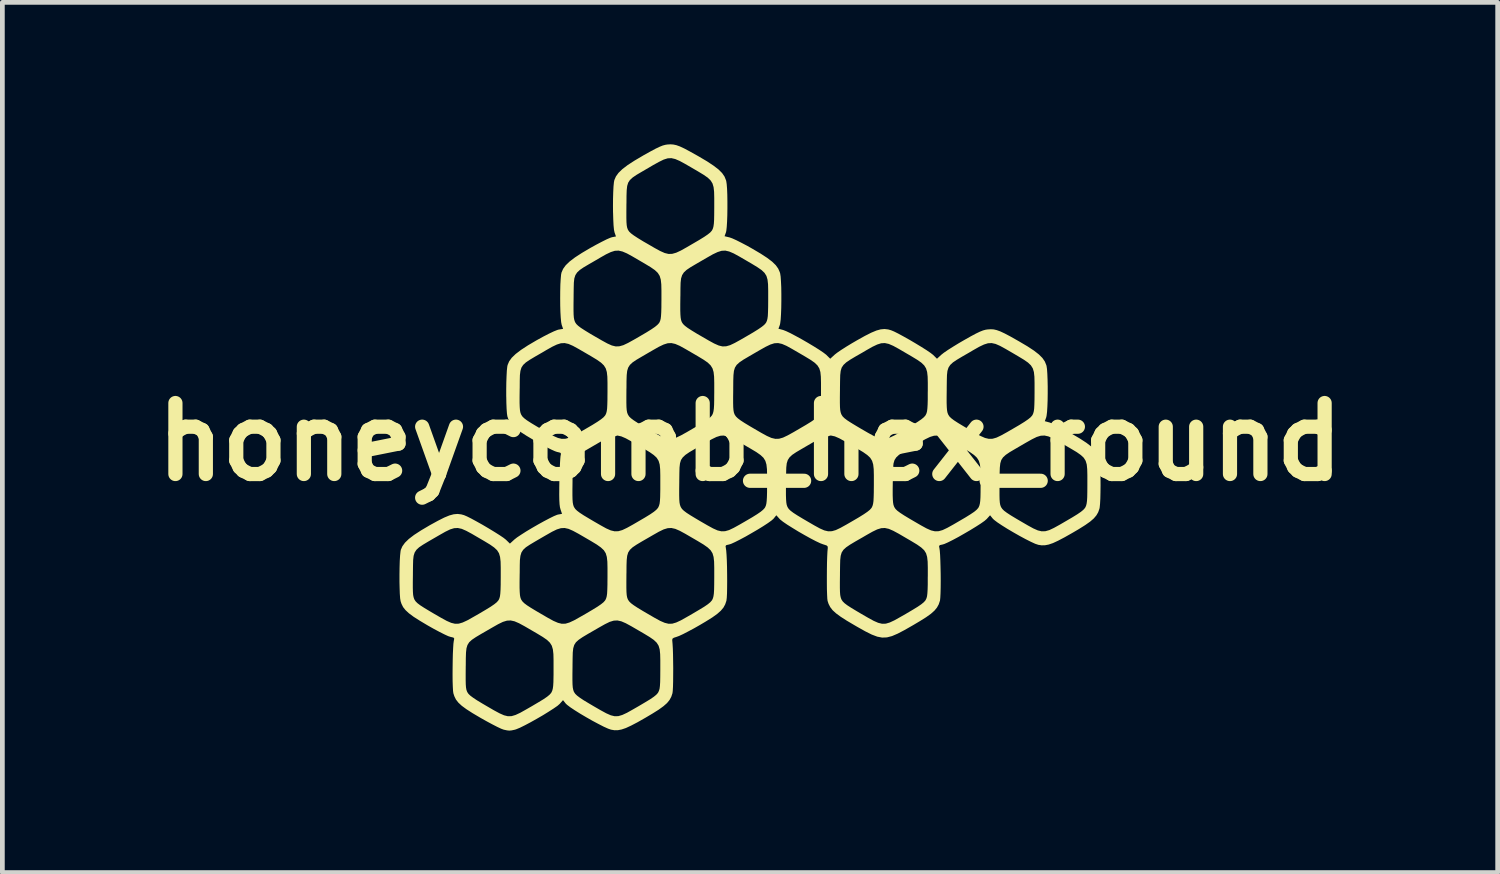
<source format=kicad_pcb>
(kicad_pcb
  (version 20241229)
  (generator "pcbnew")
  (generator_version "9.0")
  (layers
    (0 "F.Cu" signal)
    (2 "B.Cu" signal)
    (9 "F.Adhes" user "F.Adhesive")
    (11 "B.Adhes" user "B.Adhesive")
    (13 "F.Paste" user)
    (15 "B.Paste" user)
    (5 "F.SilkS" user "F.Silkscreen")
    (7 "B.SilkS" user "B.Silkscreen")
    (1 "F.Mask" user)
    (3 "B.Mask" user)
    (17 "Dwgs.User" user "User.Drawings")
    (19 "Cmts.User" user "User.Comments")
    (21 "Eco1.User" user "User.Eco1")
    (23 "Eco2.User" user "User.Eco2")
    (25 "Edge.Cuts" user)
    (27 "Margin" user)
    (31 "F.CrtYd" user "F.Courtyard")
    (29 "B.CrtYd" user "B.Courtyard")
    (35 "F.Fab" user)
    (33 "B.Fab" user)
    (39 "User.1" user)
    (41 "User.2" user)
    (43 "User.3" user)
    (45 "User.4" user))
  (footprint "honeycomb_hex_round"
    (layer "F.Cu")
    (at 12.8 6.289)
    (property "Reference" "honeycomb_hex_round" (at 0 0 0) (layer "F.SilkS") (effects (font (size 1.5 1.5) (thickness 0.3))))
    (attr board_only exclude_from_pos_files exclude_from_bom)
    (fp_poly (pts (xy -1.621 -6.285) (xy -1.556 -6.271) (xy -1.481 -6.244) (xy -1.389 -6.201) (xy -1.273 -6.139) (xy -1.126 -6.057) (xy -1.082 -6.032) (xy -0.906 -5.928) (xy -0.769 -5.837) (xy -0.665 -5.757) (xy -0.59 -5.682) (xy -0.539 -5.608) (xy -0.508 -5.531) (xy -0.503 -5.515) (xy -0.493 -5.449) (xy -0.485 -5.348) (xy -0.48 -5.223) (xy -0.478 -5.081) (xy -0.478 -4.933) (xy -0.48 -4.787) (xy -0.485 -4.654) (xy -0.492 -4.543) (xy -0.501 -4.462) (xy -0.508 -4.43) (xy -0.538 -4.347) (xy -0.43 -4.321) (xy -0.374 -4.301) (xy -0.288 -4.262) (xy -0.179 -4.207) (xy -0.057 -4.143) (xy 0.049 -4.083) (xy 0.225 -3.979) (xy 0.363 -3.889) (xy 0.468 -3.809) (xy 0.544 -3.735) (xy 0.596 -3.662) (xy 0.629 -3.587) (xy 0.637 -3.561) (xy 0.647 -3.495) (xy 0.654 -3.394) (xy 0.66 -3.268) (xy 0.662 -3.126) (xy 0.662 -2.978) (xy 0.66 -2.832) (xy 0.655 -2.699) (xy 0.648 -2.587) (xy 0.638 -2.507) (xy 0.631 -2.475) (xy 0.601 -2.392) (xy 0.701 -2.365) (xy 0.763 -2.341) (xy 0.854 -2.298) (xy 0.967 -2.238) (xy 1.093 -2.169) (xy 1.223 -2.094) (xy 1.348 -2.019) (xy 1.46 -1.949) (xy 1.55 -1.888) (xy 1.609 -1.843) (xy 1.615 -1.837) (xy 1.695 -1.758) (xy 1.79 -1.845) (xy 1.841 -1.885) (xy 1.924 -1.942) (xy 2.03 -2.01) (xy 2.152 -2.084) (xy 2.262 -2.148) (xy 2.427 -2.24) (xy 2.561 -2.308) (xy 2.671 -2.354) (xy 2.762 -2.379) (xy 2.843 -2.386) (xy 2.92 -2.377) (xy 2.98 -2.36) (xy 3.043 -2.334) (xy 3.135 -2.288) (xy 3.247 -2.227) (xy 3.372 -2.157) (xy 3.499 -2.082) (xy 3.621 -2.008) (xy 3.729 -1.94) (xy 3.814 -1.882) (xy 3.867 -1.841) (xy 3.871 -1.837) (xy 3.951 -1.758) (xy 4.046 -1.845) (xy 4.097 -1.885) (xy 4.18 -1.942) (xy 4.287 -2.01) (xy 4.408 -2.084) (xy 4.518 -2.148) (xy 4.661 -2.229) (xy 4.771 -2.288) (xy 4.856 -2.329) (xy 4.924 -2.356) (xy 4.98 -2.371) (xy 5.021 -2.377) (xy 5.086 -2.381) (xy 5.148 -2.378) (xy 5.213 -2.363) (xy 5.288 -2.336) (xy 5.38 -2.293) (xy 5.496 -2.232) (xy 5.643 -2.149) (xy 5.687 -2.124) (xy 5.863 -2.02) (xy 6 -1.93) (xy 6.104 -1.849) (xy 6.179 -1.774) (xy 6.23 -1.7) (xy 6.261 -1.624) (xy 6.266 -1.607) (xy 6.276 -1.541) (xy 6.283 -1.44) (xy 6.288 -1.314) (xy 6.291 -1.172) (xy 6.291 -1.024) (xy 6.289 -0.878) (xy 6.284 -0.745) (xy 6.277 -0.634) (xy 6.267 -0.553) (xy 6.26 -0.521) (xy 6.23 -0.438) (xy 6.33 -0.411) (xy 6.383 -0.391) (xy 6.467 -0.351) (xy 6.574 -0.297) (xy 6.694 -0.232) (xy 6.797 -0.174) (xy 6.973 -0.07) (xy 7.111 0.02) (xy 7.216 0.101) (xy 7.291 0.175) (xy 7.343 0.248) (xy 7.376 0.323) (xy 7.382 0.346) (xy 7.391 0.409) (xy 7.399 0.508) (xy 7.404 0.632) (xy 7.407 0.773) (xy 7.408 0.921) (xy 7.406 1.067) (xy 7.403 1.199) (xy 7.397 1.309) (xy 7.389 1.388) (xy 7.384 1.412) (xy 7.358 1.486) (xy 7.32 1.552) (xy 7.265 1.617) (xy 7.188 1.684) (xy 7.083 1.758) (xy 6.946 1.844) (xy 6.815 1.921) (xy 6.647 2.016) (xy 6.512 2.087) (xy 6.402 2.138) (xy 6.311 2.169) (xy 6.233 2.184) (xy 6.161 2.185) (xy 6.088 2.174) (xy 6.088 2.173) (xy 6.025 2.152) (xy 5.934 2.11) (xy 5.821 2.053) (xy 5.695 1.985) (xy 5.565 1.911) (xy 5.438 1.836) (xy 5.323 1.764) (xy 5.227 1.7) (xy 5.16 1.649) (xy 5.133 1.624) (xy 5.073 1.55) (xy 5.002 1.629) (xy 4.956 1.669) (xy 4.878 1.724) (xy 4.775 1.79) (xy 4.656 1.863) (xy 4.529 1.937) (xy 4.403 2.009) (xy 4.285 2.072) (xy 4.183 2.123) (xy 4.106 2.157) (xy 4.069 2.168) (xy 4.014 2.18) (xy 3.995 2.2) (xy 4.001 2.24) (xy 4.002 2.242) (xy 4.01 2.296) (xy 4.017 2.386) (xy 4.022 2.504) (xy 4.026 2.642) (xy 4.029 2.789) (xy 4.03 2.936) (xy 4.029 3.075) (xy 4.026 3.197) (xy 4.021 3.292) (xy 4.015 3.351) (xy 4.013 3.357) (xy 3.988 3.433) (xy 3.951 3.5) (xy 3.898 3.565) (xy 3.823 3.632) (xy 3.721 3.705) (xy 3.587 3.789) (xy 3.442 3.875) (xy 3.267 3.975) (xy 3.122 4.051) (xy 3.001 4.103) (xy 2.893 4.131) (xy 2.792 4.135) (xy 2.688 4.115) (xy 2.572 4.071) (xy 2.436 4.003) (xy 2.272 3.911) (xy 2.21 3.875) (xy 2.044 3.777) (xy 1.915 3.694) (xy 1.817 3.622) (xy 1.745 3.556) (xy 1.695 3.491) (xy 1.66 3.423) (xy 1.639 3.359) (xy 1.633 3.312) (xy 1.629 3.227) (xy 1.625 3.113) (xy 1.624 2.98) (xy 1.624 2.959) (xy 1.899 2.959) (xy 1.899 3.081) (xy 1.901 3.17) (xy 1.906 3.235) (xy 1.915 3.281) (xy 1.927 3.317) (xy 1.936 3.336) (xy 1.959 3.37) (xy 1.997 3.408) (xy 2.055 3.452) (xy 2.14 3.507) (xy 2.256 3.577) (xy 2.349 3.632) (xy 2.498 3.718) (xy 2.615 3.782) (xy 2.709 3.823) (xy 2.791 3.843) (xy 2.869 3.841) (xy 2.953 3.816) (xy 3.052 3.77) (xy 3.175 3.701) (xy 3.296 3.632) (xy 3.438 3.548) (xy 3.544 3.483) (xy 3.62 3.431) (xy 3.671 3.389) (xy 3.704 3.353) (xy 3.714 3.336) (xy 3.73 3.302) (xy 3.741 3.26) (xy 3.748 3.203) (xy 3.753 3.123) (xy 3.756 3.014) (xy 3.756 2.867) (xy 3.757 2.824) (xy 3.757 2.658) (xy 3.754 2.53) (xy 3.743 2.431) (xy 3.72 2.353) (xy 3.68 2.289) (xy 3.618 2.231) (xy 3.53 2.169) (xy 3.411 2.097) (xy 3.291 2.027) (xy 3.144 1.941) (xy 3.027 1.878) (xy 2.933 1.837) (xy 2.85 1.819) (xy 2.772 1.823) (xy 2.687 1.849) (xy 2.586 1.898) (xy 2.46 1.969) (xy 2.373 2.02) (xy 2.226 2.104) (xy 2.114 2.171) (xy 2.032 2.227) (xy 1.974 2.28) (xy 1.937 2.337) (xy 1.916 2.407) (xy 1.906 2.497) (xy 1.903 2.614) (xy 1.901 2.766) (xy 1.901 2.797) (xy 1.899 2.959) (xy 1.624 2.959) (xy 1.624 2.835) (xy 1.625 2.688) (xy 1.627 2.547) (xy 1.631 2.422) (xy 1.636 2.32) (xy 1.642 2.252) (xy 1.643 2.248) (xy 1.642 2.212) (xy 1.62 2.189) (xy 1.564 2.17) (xy 1.547 2.165) (xy 1.483 2.141) (xy 1.39 2.097) (xy 1.277 2.038) (xy 1.151 1.968) (xy 1.022 1.894) (xy 0.898 1.818) (xy 0.786 1.748) (xy 0.697 1.687) (xy 0.638 1.64) (xy 0.627 1.629) (xy 0.556 1.55) (xy 0.496 1.624) (xy 0.454 1.661) (xy 0.379 1.715) (xy 0.278 1.781) (xy 0.161 1.853) (xy 0.034 1.927) (xy -0.093 2) (xy -0.213 2.064) (xy -0.318 2.117) (xy -0.399 2.154) (xy -0.444 2.168) (xy -0.499 2.18) (xy -0.517 2.2) (xy -0.511 2.24) (xy -0.511 2.242) (xy -0.503 2.296) (xy -0.496 2.386) (xy -0.49 2.504) (xy -0.486 2.642) (xy -0.484 2.789) (xy -0.483 2.936) (xy -0.484 3.075) (xy -0.486 3.197) (xy -0.491 3.292) (xy -0.498 3.351) (xy -0.499 3.357) (xy -0.525 3.434) (xy -0.563 3.503) (xy -0.618 3.568) (xy -0.695 3.636) (xy -0.8 3.711) (xy -0.938 3.797) (xy -1.058 3.868) (xy -1.186 3.941) (xy -1.308 4.006) (xy -1.414 4.061) (xy -1.498 4.1) (xy -1.547 4.118) (xy -1.611 4.139) (xy -1.64 4.16) (xy -1.644 4.193) (xy -1.643 4.201) (xy -1.637 4.269) (xy -1.631 4.37) (xy -1.627 4.496) (xy -1.625 4.636) (xy -1.623 4.784) (xy -1.624 4.929) (xy -1.625 5.063) (xy -1.628 5.177) (xy -1.633 5.263) (xy -1.639 5.311) (xy -1.639 5.311) (xy -1.664 5.386) (xy -1.701 5.454) (xy -1.754 5.519) (xy -1.829 5.585) (xy -1.931 5.659) (xy -2.065 5.743) (xy -2.21 5.829) (xy -2.377 5.924) (xy -2.513 5.995) (xy -2.623 6.046) (xy -2.714 6.077) (xy -2.792 6.092) (xy -2.864 6.093) (xy -2.936 6.081) (xy -2.937 6.081) (xy -3 6.059) (xy -3.091 6.018) (xy -3.204 5.96) (xy -3.33 5.893) (xy -3.46 5.819) (xy -3.587 5.744) (xy -3.702 5.672) (xy -3.798 5.608) (xy -3.865 5.557) (xy -3.892 5.532) (xy -3.952 5.457) (xy -4.023 5.537) (xy -4.07 5.578) (xy -4.151 5.634) (xy -4.257 5.702) (xy -4.378 5.777) (xy -4.508 5.852) (xy -4.638 5.925) (xy -4.759 5.989) (xy -4.862 6.04) (xy -4.94 6.072) (xy -4.967 6.081) (xy -5.037 6.096) (xy -5.085 6.101) (xy -5.134 6.096) (xy -5.205 6.081) (xy -5.21 6.079) (xy -5.259 6.061) (xy -5.34 6.023) (xy -5.445 5.969) (xy -5.566 5.904) (xy -5.694 5.832) (xy -5.699 5.829) (xy -5.865 5.731) (xy -5.994 5.648) (xy -6.092 5.576) (xy -6.163 5.51) (xy -6.214 5.445) (xy -6.248 5.376) (xy -6.269 5.312) (xy -6.276 5.261) (xy -6.281 5.172) (xy -6.285 5.054) (xy -6.286 4.917) (xy -6.286 4.913) (xy -6.009 4.913) (xy -6.009 5.034) (xy -6.007 5.124) (xy -6.002 5.189) (xy -5.994 5.235) (xy -5.982 5.271) (xy -5.973 5.29) (xy -5.95 5.324) (xy -5.912 5.361) (xy -5.853 5.405) (xy -5.769 5.461) (xy -5.653 5.531) (xy -5.559 5.586) (xy -5.411 5.672) (xy -5.294 5.735) (xy -5.199 5.777) (xy -5.117 5.797) (xy -5.039 5.795) (xy -4.955 5.77) (xy -4.856 5.724) (xy -4.733 5.655) (xy -4.613 5.586) (xy -4.471 5.502) (xy -4.364 5.437) (xy -4.288 5.385) (xy -4.237 5.343) (xy -4.205 5.307) (xy -4.194 5.289) (xy -4.179 5.255) (xy -4.168 5.214) (xy -4.16 5.157) (xy -4.155 5.077) (xy -4.153 4.968) (xy -4.152 4.913) (xy -3.753 4.913) (xy -3.753 5.034) (xy -3.751 5.124) (xy -3.746 5.189) (xy -3.737 5.235) (xy -3.726 5.271) (xy -3.716 5.29) (xy -3.693 5.324) (xy -3.655 5.361) (xy -3.597 5.405) (xy -3.513 5.461) (xy -3.396 5.531) (xy -3.303 5.586) (xy -3.154 5.672) (xy -3.038 5.735) (xy -2.943 5.777) (xy -2.861 5.797) (xy -2.783 5.795) (xy -2.699 5.77) (xy -2.6 5.724) (xy -2.477 5.655) (xy -2.357 5.586) (xy -2.215 5.502) (xy -2.108 5.437) (xy -2.032 5.385) (xy -1.981 5.343) (xy -1.949 5.307) (xy -1.938 5.289) (xy -1.923 5.255) (xy -1.911 5.214) (xy -1.904 5.157) (xy -1.899 5.077) (xy -1.897 4.968) (xy -1.896 4.821) (xy -1.896 4.778) (xy -1.896 4.612) (xy -1.899 4.484) (xy -1.909 4.385) (xy -1.932 4.307) (xy -1.972 4.243) (xy -2.034 4.184) (xy -2.122 4.123) (xy -2.241 4.051) (xy -2.361 3.981) (xy -2.509 3.895) (xy -2.625 3.832) (xy -2.72 3.791) (xy -2.802 3.773) (xy -2.881 3.777) (xy -2.966 3.803) (xy -3.066 3.852) (xy -3.192 3.923) (xy -3.28 3.974) (xy -3.426 4.058) (xy -3.538 4.125) (xy -3.62 4.181) (xy -3.678 4.233) (xy -3.715 4.291) (xy -3.736 4.361) (xy -3.746 4.451) (xy -3.749 4.568) (xy -3.751 4.72) (xy -3.751 4.751) (xy -3.753 4.913) (xy -4.152 4.913) (xy -4.152 4.821) (xy -4.152 4.778) (xy -4.152 4.612) (xy -4.155 4.484) (xy -4.166 4.385) (xy -4.189 4.307) (xy -4.229 4.243) (xy -4.29 4.184) (xy -4.378 4.123) (xy -4.497 4.051) (xy -4.617 3.981) (xy -4.765 3.895) (xy -4.881 3.832) (xy -4.976 3.791) (xy -5.058 3.773) (xy -5.137 3.777) (xy -5.222 3.803) (xy -5.323 3.852) (xy -5.448 3.923) (xy -5.536 3.974) (xy -5.682 4.058) (xy -5.794 4.125) (xy -5.877 4.181) (xy -5.934 4.233) (xy -5.971 4.291) (xy -5.992 4.361) (xy -6.002 4.451) (xy -6.006 4.568) (xy -6.007 4.72) (xy -6.008 4.751) (xy -6.009 4.913) (xy -6.286 4.913) (xy -6.285 4.771) (xy -6.283 4.623) (xy -6.28 4.483) (xy -6.274 4.361) (xy -6.268 4.264) (xy -6.26 4.203) (xy -6.258 4.196) (xy -6.251 4.156) (xy -6.267 4.135) (xy -6.317 4.123) (xy -6.33 4.12) (xy -6.379 4.104) (xy -6.459 4.067) (xy -6.564 4.014) (xy -6.686 3.949) (xy -6.815 3.876) (xy -6.981 3.777) (xy -7.111 3.694) (xy -7.209 3.621) (xy -7.28 3.555) (xy -7.331 3.491) (xy -7.365 3.423) (xy -7.384 3.366) (xy -7.394 3.306) (xy -7.401 3.209) (xy -7.405 3.086) (xy -7.408 2.959) (xy -7.126 2.959) (xy -7.126 3.081) (xy -7.124 3.17) (xy -7.119 3.235) (xy -7.11 3.281) (xy -7.098 3.317) (xy -7.089 3.336) (xy -7.066 3.37) (xy -7.028 3.408) (xy -6.97 3.452) (xy -6.885 3.507) (xy -6.769 3.577) (xy -6.676 3.632) (xy -6.527 3.718) (xy -6.41 3.782) (xy -6.316 3.823) (xy -6.234 3.843) (xy -6.156 3.841) (xy -6.072 3.816) (xy -5.973 3.77) (xy -5.85 3.701) (xy -5.729 3.632) (xy -5.587 3.548) (xy -5.481 3.483) (xy -5.405 3.431) (xy -5.353 3.389) (xy -5.321 3.353) (xy -5.31 3.336) (xy -5.295 3.302) (xy -5.284 3.26) (xy -5.277 3.203) (xy -5.272 3.123) (xy -5.269 3.014) (xy -5.269 2.959) (xy -4.87 2.959) (xy -4.87 3.081) (xy -4.867 3.17) (xy -4.862 3.235) (xy -4.854 3.281) (xy -4.842 3.317) (xy -4.833 3.336) (xy -4.81 3.37) (xy -4.772 3.408) (xy -4.714 3.452) (xy -4.629 3.507) (xy -4.513 3.577) (xy -4.419 3.632) (xy -4.271 3.718) (xy -4.154 3.782) (xy -4.059 3.823) (xy -3.978 3.843) (xy -3.899 3.841) (xy -3.816 3.816) (xy -3.717 3.77) (xy -3.594 3.701) (xy -3.473 3.632) (xy -3.331 3.548) (xy -3.225 3.483) (xy -3.149 3.431) (xy -3.097 3.389) (xy -3.065 3.353) (xy -3.054 3.336) (xy -3.039 3.302) (xy -3.028 3.26) (xy -3.02 3.203) (xy -3.016 3.123) (xy -3.013 3.014) (xy -3.013 2.959) (xy -2.613 2.959) (xy -2.613 3.081) (xy -2.611 3.17) (xy -2.606 3.235) (xy -2.598 3.281) (xy -2.586 3.317) (xy -2.577 3.336) (xy -2.554 3.37) (xy -2.516 3.408) (xy -2.457 3.452) (xy -2.373 3.507) (xy -2.257 3.577) (xy -2.163 3.632) (xy -2.015 3.718) (xy -1.898 3.782) (xy -1.803 3.823) (xy -1.721 3.843) (xy -1.643 3.841) (xy -1.559 3.816) (xy -1.46 3.77) (xy -1.337 3.701) (xy -1.217 3.632) (xy -1.075 3.548) (xy -0.968 3.483) (xy -0.892 3.431) (xy -0.841 3.389) (xy -0.809 3.353) (xy -0.798 3.336) (xy -0.783 3.302) (xy -0.772 3.26) (xy -0.764 3.203) (xy -0.759 3.123) (xy -0.757 3.014) (xy -0.756 2.867) (xy -0.756 2.824) (xy -0.756 2.658) (xy -0.759 2.53) (xy -0.77 2.431) (xy -0.793 2.353) (xy -0.833 2.289) (xy -0.894 2.231) (xy -0.982 2.169) (xy -1.101 2.097) (xy -1.221 2.027) (xy -1.369 1.941) (xy -1.485 1.878) (xy -1.58 1.837) (xy -1.662 1.819) (xy -1.741 1.823) (xy -1.826 1.849) (xy -1.927 1.898) (xy -2.052 1.969) (xy -2.14 2.02) (xy -2.286 2.104) (xy -2.398 2.171) (xy -2.481 2.227) (xy -2.538 2.28) (xy -2.575 2.337) (xy -2.596 2.407) (xy -2.606 2.497) (xy -2.61 2.614) (xy -2.611 2.766) (xy -2.612 2.797) (xy -2.613 2.959) (xy -3.013 2.959) (xy -3.012 2.867) (xy -3.012 2.824) (xy -3.012 2.658) (xy -3.015 2.53) (xy -3.026 2.431) (xy -3.049 2.353) (xy -3.089 2.289) (xy -3.151 2.231) (xy -3.238 2.169) (xy -3.357 2.097) (xy -3.477 2.027) (xy -3.625 1.941) (xy -3.742 1.878) (xy -3.836 1.837) (xy -3.918 1.819) (xy -3.997 1.823) (xy -4.082 1.849) (xy -4.183 1.898) (xy -4.308 1.969) (xy -4.396 2.02) (xy -4.542 2.105) (xy -4.654 2.172) (xy -4.737 2.227) (xy -4.794 2.28) (xy -4.831 2.337) (xy -4.852 2.407) (xy -4.863 2.496) (xy -4.866 2.612) (xy -4.867 2.762) (xy -4.868 2.797) (xy -4.87 2.959) (xy -5.269 2.959) (xy -5.268 2.867) (xy -5.268 2.824) (xy -5.268 2.658) (xy -5.271 2.53) (xy -5.282 2.431) (xy -5.305 2.353) (xy -5.345 2.289) (xy -5.407 2.231) (xy -5.495 2.169) (xy -5.614 2.097) (xy -5.734 2.027) (xy -5.881 1.941) (xy -5.998 1.878) (xy -6.092 1.837) (xy -6.175 1.819) (xy -6.253 1.823) (xy -6.338 1.849) (xy -6.439 1.898) (xy -6.564 1.969) (xy -6.652 2.02) (xy -6.799 2.105) (xy -6.911 2.172) (xy -6.993 2.227) (xy -7.05 2.28) (xy -7.087 2.337) (xy -7.109 2.407) (xy -7.119 2.496) (xy -7.122 2.612) (xy -7.124 2.762) (xy -7.124 2.797) (xy -7.126 2.959) (xy -7.408 2.959) (xy -7.408 2.945) (xy -7.408 2.796) (xy -7.406 2.65) (xy -7.402 2.514) (xy -7.395 2.4) (xy -7.386 2.316) (xy -7.38 2.282) (xy -7.347 2.206) (xy -7.292 2.13) (xy -7.211 2.051) (xy -7.1 1.966) (xy -6.954 1.871) (xy -6.77 1.762) (xy -6.763 1.758) (xy -6.597 1.667) (xy -6.463 1.599) (xy -6.354 1.554) (xy -6.262 1.529) (xy -6.181 1.522) (xy -6.104 1.531) (xy -6.045 1.547) (xy -5.982 1.574) (xy -5.89 1.62) (xy -5.778 1.681) (xy -5.653 1.751) (xy -5.526 1.826) (xy -5.404 1.9) (xy -5.296 1.968) (xy -5.211 2.025) (xy -5.158 2.067) (xy -5.154 2.071) (xy -5.074 2.149) (xy -4.979 2.062) (xy -4.923 2.018) (xy -4.836 1.96) (xy -4.728 1.891) (xy -4.606 1.818) (xy -4.478 1.744) (xy -4.353 1.675) (xy -4.239 1.615) (xy -4.144 1.568) (xy -4.076 1.54) (xy -4.056 1.535) (xy -3.973 1.52) (xy -4.005 1.425) (xy -4.017 1.379) (xy -4.025 1.317) (xy -4.03 1.231) (xy -4.032 1.116) (xy -4.031 1.005) (xy -3.753 1.005) (xy -3.753 1.127) (xy -3.751 1.216) (xy -3.746 1.281) (xy -3.737 1.328) (xy -3.726 1.363) (xy -3.716 1.382) (xy -3.693 1.417) (xy -3.655 1.454) (xy -3.597 1.498) (xy -3.513 1.553) (xy -3.396 1.623) (xy -3.303 1.678) (xy -3.154 1.764) (xy -3.038 1.828) (xy -2.943 1.87) (xy -2.861 1.889) (xy -2.783 1.887) (xy -2.699 1.863) (xy -2.6 1.816) (xy -2.477 1.748) (xy -2.357 1.678) (xy -2.215 1.595) (xy -2.108 1.529) (xy -2.032 1.477) (xy -1.981 1.435) (xy -1.949 1.399) (xy -1.938 1.382) (xy -1.923 1.348) (xy -1.911 1.306) (xy -1.904 1.249) (xy -1.899 1.169) (xy -1.897 1.06) (xy -1.896 1.005) (xy -1.497 1.005) (xy -1.497 1.127) (xy -1.495 1.216) (xy -1.49 1.281) (xy -1.481 1.328) (xy -1.469 1.363) (xy -1.46 1.382) (xy -1.437 1.417) (xy -1.399 1.454) (xy -1.341 1.498) (xy -1.256 1.553) (xy -1.14 1.623) (xy -1.047 1.678) (xy -0.898 1.764) (xy -0.781 1.828) (xy -0.687 1.87) (xy -0.605 1.889) (xy -0.527 1.887) (xy -0.443 1.863) (xy -0.344 1.816) (xy -0.221 1.748) (xy -0.1 1.678) (xy 0.042 1.595) (xy 0.148 1.529) (xy 0.224 1.477) (xy 0.275 1.435) (xy 0.308 1.399) (xy 0.319 1.382) (xy 0.334 1.348) (xy 0.345 1.306) (xy 0.352 1.249) (xy 0.357 1.169) (xy 0.36 1.06) (xy 0.36 1.005) (xy 0.759 1.005) (xy 0.759 1.127) (xy 0.762 1.216) (xy 0.767 1.281) (xy 0.775 1.328) (xy 0.787 1.363) (xy 0.796 1.382) (xy 0.819 1.417) (xy 0.857 1.454) (xy 0.915 1.498) (xy 1 1.553) (xy 1.116 1.623) (xy 1.21 1.678) (xy 1.358 1.764) (xy 1.475 1.828) (xy 1.57 1.87) (xy 1.651 1.889) (xy 1.73 1.887) (xy 1.813 1.863) (xy 1.912 1.816) (xy 2.035 1.748) (xy 2.156 1.678) (xy 2.298 1.595) (xy 2.404 1.529) (xy 2.48 1.477) (xy 2.532 1.435) (xy 2.564 1.399) (xy 2.575 1.382) (xy 2.59 1.348) (xy 2.601 1.306) (xy 2.609 1.249) (xy 2.613 1.169) (xy 2.616 1.06) (xy 2.616 1.005) (xy 3.015 1.005) (xy 3.015 1.127) (xy 3.018 1.216) (xy 3.023 1.281) (xy 3.031 1.328) (xy 3.043 1.363) (xy 3.052 1.382) (xy 3.075 1.417) (xy 3.113 1.454) (xy 3.172 1.498) (xy 3.256 1.553) (xy 3.372 1.623) (xy 3.466 1.678) (xy 3.614 1.764) (xy 3.731 1.828) (xy 3.826 1.87) (xy 3.908 1.889) (xy 3.986 1.887) (xy 4.07 1.863) (xy 4.169 1.816) (xy 4.292 1.748) (xy 4.412 1.678) (xy 4.554 1.595) (xy 4.66 1.529) (xy 4.737 1.477) (xy 4.788 1.435) (xy 4.82 1.399) (xy 4.831 1.382) (xy 4.846 1.348) (xy 4.857 1.306) (xy 4.865 1.249) (xy 4.87 1.169) (xy 4.872 1.06) (xy 4.872 1.005) (xy 5.272 1.005) (xy 5.272 1.127) (xy 5.274 1.216) (xy 5.279 1.281) (xy 5.287 1.328) (xy 5.299 1.363) (xy 5.308 1.382) (xy 5.332 1.417) (xy 5.369 1.454) (xy 5.428 1.498) (xy 5.512 1.553) (xy 5.628 1.623) (xy 5.722 1.678) (xy 5.87 1.764) (xy 5.987 1.828) (xy 6.082 1.87) (xy 6.164 1.889) (xy 6.242 1.887) (xy 6.326 1.863) (xy 6.425 1.816) (xy 6.548 1.748) (xy 6.668 1.678) (xy 6.81 1.595) (xy 6.917 1.529) (xy 6.993 1.477) (xy 7.044 1.435) (xy 7.076 1.399) (xy 7.087 1.382) (xy 7.102 1.348) (xy 7.113 1.306) (xy 7.121 1.249) (xy 7.126 1.169) (xy 7.128 1.06) (xy 7.129 0.913) (xy 7.129 0.87) (xy 7.129 0.705) (xy 7.126 0.576) (xy 7.116 0.477) (xy 7.093 0.4) (xy 7.053 0.335) (xy 6.991 0.277) (xy 6.903 0.215) (xy 6.784 0.144) (xy 6.664 0.074) (xy 6.516 -0.012) (xy 6.4 -0.076) (xy 6.305 -0.117) (xy 6.223 -0.135) (xy 6.144 -0.131) (xy 6.059 -0.105) (xy 5.959 -0.056) (xy 5.833 0.015) (xy 5.745 0.066) (xy 5.599 0.151) (xy 5.487 0.217) (xy 5.405 0.273) (xy 5.347 0.326) (xy 5.31 0.383) (xy 5.289 0.453) (xy 5.279 0.543) (xy 5.275 0.66) (xy 5.274 0.812) (xy 5.274 0.844) (xy 5.272 1.005) (xy 4.872 1.005) (xy 4.873 0.913) (xy 4.873 0.87) (xy 4.873 0.705) (xy 4.87 0.576) (xy 4.859 0.477) (xy 4.836 0.4) (xy 4.796 0.335) (xy 4.735 0.277) (xy 4.647 0.215) (xy 4.528 0.144) (xy 4.408 0.074) (xy 4.26 -0.012) (xy 4.144 -0.076) (xy 4.049 -0.117) (xy 3.967 -0.135) (xy 3.888 -0.131) (xy 3.803 -0.105) (xy 3.702 -0.056) (xy 3.577 0.015) (xy 3.489 0.066) (xy 3.343 0.151) (xy 3.231 0.217) (xy 3.148 0.273) (xy 3.091 0.326) (xy 3.054 0.383) (xy 3.033 0.453) (xy 3.023 0.543) (xy 3.019 0.66) (xy 3.018 0.812) (xy 3.017 0.844) (xy 3.015 1.005) (xy 2.616 1.005) (xy 2.617 0.913) (xy 2.617 0.87) (xy 2.617 0.705) (xy 2.614 0.576) (xy 2.603 0.477) (xy 2.58 0.4) (xy 2.54 0.335) (xy 2.478 0.277) (xy 2.39 0.215) (xy 2.271 0.144) (xy 2.152 0.074) (xy 2.004 -0.012) (xy 1.887 -0.076) (xy 1.793 -0.117) (xy 1.711 -0.135) (xy 1.632 -0.131) (xy 1.547 -0.105) (xy 1.446 -0.056) (xy 1.321 0.015) (xy 1.233 0.066) (xy 1.087 0.151) (xy 0.975 0.217) (xy 0.892 0.273) (xy 0.835 0.326) (xy 0.798 0.383) (xy 0.776 0.453) (xy 0.766 0.543) (xy 0.763 0.66) (xy 0.761 0.812) (xy 0.761 0.844) (xy 0.759 1.005) (xy 0.36 1.005) (xy 0.361 0.913) (xy 0.361 0.87) (xy 0.361 0.705) (xy 0.358 0.576) (xy 0.347 0.477) (xy 0.324 0.4) (xy 0.284 0.335) (xy 0.222 0.277) (xy 0.134 0.215) (xy 0.015 0.144) (xy -0.105 0.074) (xy -0.252 -0.012) (xy -0.369 -0.076) (xy -0.463 -0.117) (xy -0.545 -0.135) (xy -0.624 -0.131) (xy -0.709 -0.105) (xy -0.81 -0.056) (xy -0.936 0.015) (xy -1.023 0.066) (xy -1.17 0.151) (xy -1.282 0.217) (xy -1.364 0.273) (xy -1.421 0.326) (xy -1.459 0.383) (xy -1.48 0.453) (xy -1.49 0.543) (xy -1.493 0.66) (xy -1.495 0.812) (xy -1.495 0.844) (xy -1.497 1.005) (xy -1.896 1.005) (xy -1.896 0.913) (xy -1.896 0.87) (xy -1.896 0.705) (xy -1.899 0.576) (xy -1.909 0.477) (xy -1.932 0.4) (xy -1.972 0.335) (xy -2.034 0.277) (xy -2.122 0.215) (xy -2.241 0.144) (xy -2.361 0.074) (xy -2.509 -0.012) (xy -2.625 -0.076) (xy -2.72 -0.117) (xy -2.802 -0.135) (xy -2.881 -0.131) (xy -2.966 -0.105) (xy -3.066 -0.056) (xy -3.192 0.015) (xy -3.28 0.066) (xy -3.426 0.151) (xy -3.538 0.217) (xy -3.62 0.273) (xy -3.678 0.326) (xy -3.715 0.383) (xy -3.736 0.453) (xy -3.746 0.543) (xy -3.749 0.66) (xy -3.751 0.812) (xy -3.751 0.844) (xy -3.753 1.005) (xy -4.031 1.005) (xy -4.031 0.965) (xy -4.029 0.839) (xy -4.025 0.689) (xy -4.02 0.552) (xy -4.015 0.435) (xy -4.009 0.347) (xy -4.004 0.295) (xy -4.002 0.288) (xy -3.995 0.248) (xy -4.011 0.228) (xy -4.061 0.215) (xy -4.074 0.213) (xy -4.123 0.196) (xy -4.203 0.16) (xy -4.308 0.107) (xy -4.43 0.041) (xy -4.559 -0.032) (xy -4.725 -0.131) (xy -4.854 -0.214) (xy -4.952 -0.286) (xy -5.024 -0.352) (xy -5.074 -0.417) (xy -5.109 -0.485) (xy -5.128 -0.541) (xy -5.137 -0.602) (xy -5.144 -0.698) (xy -5.149 -0.822) (xy -5.151 -0.949) (xy -4.87 -0.949) (xy -4.87 -0.827) (xy -4.867 -0.737) (xy -4.862 -0.673) (xy -4.854 -0.626) (xy -4.842 -0.591) (xy -4.833 -0.572) (xy -4.81 -0.537) (xy -4.772 -0.5) (xy -4.714 -0.456) (xy -4.629 -0.401) (xy -4.513 -0.331) (xy -4.419 -0.276) (xy -4.271 -0.19) (xy -4.154 -0.126) (xy -4.059 -0.084) (xy -3.978 -0.065) (xy -3.899 -0.067) (xy -3.816 -0.091) (xy -3.717 -0.138) (xy -3.594 -0.206) (xy -3.473 -0.276) (xy -3.331 -0.359) (xy -3.225 -0.425) (xy -3.149 -0.477) (xy -3.097 -0.519) (xy -3.065 -0.555) (xy -3.054 -0.572) (xy -3.039 -0.606) (xy -3.028 -0.648) (xy -3.02 -0.705) (xy -3.016 -0.784) (xy -3.013 -0.894) (xy -3.013 -0.949) (xy -2.613 -0.949) (xy -2.613 -0.827) (xy -2.611 -0.737) (xy -2.606 -0.673) (xy -2.598 -0.626) (xy -2.586 -0.591) (xy -2.577 -0.572) (xy -2.554 -0.537) (xy -2.516 -0.5) (xy -2.457 -0.456) (xy -2.373 -0.401) (xy -2.257 -0.331) (xy -2.163 -0.276) (xy -2.015 -0.19) (xy -1.898 -0.126) (xy -1.803 -0.084) (xy -1.721 -0.065) (xy -1.643 -0.067) (xy -1.559 -0.091) (xy -1.46 -0.138) (xy -1.337 -0.206) (xy -1.217 -0.276) (xy -1.075 -0.359) (xy -0.968 -0.425) (xy -0.892 -0.477) (xy -0.841 -0.519) (xy -0.809 -0.555) (xy -0.798 -0.572) (xy -0.783 -0.606) (xy -0.772 -0.648) (xy -0.764 -0.705) (xy -0.759 -0.784) (xy -0.757 -0.894) (xy -0.757 -0.949) (xy -0.357 -0.949) (xy -0.357 -0.827) (xy -0.355 -0.737) (xy -0.35 -0.673) (xy -0.342 -0.626) (xy -0.33 -0.591) (xy -0.321 -0.572) (xy -0.297 -0.537) (xy -0.259 -0.5) (xy -0.201 -0.456) (xy -0.117 -0.401) (xy -0.001 -0.331) (xy 0.093 -0.276) (xy 0.241 -0.19) (xy 0.358 -0.126) (xy 0.453 -0.084) (xy 0.535 -0.065) (xy 0.613 -0.067) (xy 0.697 -0.091) (xy 0.796 -0.138) (xy 0.919 -0.206) (xy 1.039 -0.276) (xy 1.181 -0.359) (xy 1.288 -0.425) (xy 1.364 -0.477) (xy 1.415 -0.519) (xy 1.447 -0.555) (xy 1.458 -0.572) (xy 1.473 -0.606) (xy 1.484 -0.648) (xy 1.492 -0.705) (xy 1.497 -0.784) (xy 1.499 -0.894) (xy 1.5 -0.949) (xy 1.899 -0.949) (xy 1.899 -0.827) (xy 1.901 -0.737) (xy 1.906 -0.673) (xy 1.915 -0.626) (xy 1.927 -0.591) (xy 1.936 -0.572) (xy 1.959 -0.537) (xy 1.997 -0.5) (xy 2.055 -0.456) (xy 2.14 -0.401) (xy 2.256 -0.331) (xy 2.349 -0.276) (xy 2.498 -0.19) (xy 2.615 -0.126) (xy 2.709 -0.084) (xy 2.791 -0.065) (xy 2.869 -0.067) (xy 2.953 -0.091) (xy 3.052 -0.138) (xy 3.175 -0.206) (xy 3.296 -0.276) (xy 3.438 -0.359) (xy 3.544 -0.425) (xy 3.62 -0.477) (xy 3.671 -0.519) (xy 3.704 -0.555) (xy 3.714 -0.572) (xy 3.73 -0.606) (xy 3.741 -0.648) (xy 3.748 -0.705) (xy 3.753 -0.784) (xy 3.756 -0.894) (xy 3.756 -0.949) (xy 4.155 -0.949) (xy 4.155 -0.827) (xy 4.158 -0.737) (xy 4.163 -0.673) (xy 4.171 -0.626) (xy 4.183 -0.591) (xy 4.192 -0.572) (xy 4.215 -0.537) (xy 4.253 -0.5) (xy 4.311 -0.456) (xy 4.396 -0.401) (xy 4.512 -0.331) (xy 4.605 -0.276) (xy 4.754 -0.19) (xy 4.871 -0.126) (xy 4.966 -0.084) (xy 5.047 -0.065) (xy 5.126 -0.067) (xy 5.209 -0.091) (xy 5.308 -0.138) (xy 5.431 -0.206) (xy 5.552 -0.276) (xy 5.694 -0.359) (xy 5.8 -0.425) (xy 5.876 -0.477) (xy 5.928 -0.519) (xy 5.96 -0.555) (xy 5.971 -0.572) (xy 5.986 -0.606) (xy 5.997 -0.648) (xy 6.005 -0.705) (xy 6.009 -0.784) (xy 6.012 -0.894) (xy 6.013 -1.041) (xy 6.013 -1.084) (xy 6.013 -1.249) (xy 6.01 -1.378) (xy 5.999 -1.477) (xy 5.976 -1.554) (xy 5.936 -1.618) (xy 5.874 -1.677) (xy 5.786 -1.738) (xy 5.667 -1.81) (xy 5.548 -1.88) (xy 5.4 -1.966) (xy 5.283 -2.03) (xy 5.189 -2.071) (xy 5.107 -2.089) (xy 5.028 -2.085) (xy 4.943 -2.058) (xy 4.842 -2.01) (xy 4.717 -1.939) (xy 4.629 -1.887) (xy 4.483 -1.803) (xy 4.371 -1.736) (xy 4.288 -1.68) (xy 4.231 -1.627) (xy 4.194 -1.57) (xy 4.172 -1.501) (xy 4.162 -1.412) (xy 4.159 -1.296) (xy 4.157 -1.145) (xy 4.157 -1.11) (xy 4.155 -0.949) (xy 3.756 -0.949) (xy 3.756 -1.041) (xy 3.757 -1.084) (xy 3.757 -1.249) (xy 3.754 -1.378) (xy 3.743 -1.477) (xy 3.72 -1.554) (xy 3.68 -1.618) (xy 3.618 -1.677) (xy 3.53 -1.738) (xy 3.411 -1.81) (xy 3.291 -1.88) (xy 3.144 -1.966) (xy 3.027 -2.03) (xy 2.932 -2.071) (xy 2.85 -2.089) (xy 2.772 -2.085) (xy 2.687 -2.058) (xy 2.586 -2.01) (xy 2.461 -1.939) (xy 2.373 -1.887) (xy 2.226 -1.803) (xy 2.114 -1.736) (xy 2.032 -1.68) (xy 1.975 -1.627) (xy 1.937 -1.57) (xy 1.916 -1.501) (xy 1.906 -1.412) (xy 1.903 -1.296) (xy 1.901 -1.145) (xy 1.901 -1.11) (xy 1.899 -0.949) (xy 1.5 -0.949) (xy 1.5 -1.041) (xy 1.5 -1.084) (xy 1.5 -1.249) (xy 1.497 -1.378) (xy 1.487 -1.477) (xy 1.464 -1.554) (xy 1.424 -1.618) (xy 1.362 -1.677) (xy 1.274 -1.738) (xy 1.155 -1.81) (xy 1.035 -1.88) (xy 0.887 -1.966) (xy 0.771 -2.03) (xy 0.676 -2.071) (xy 0.594 -2.089) (xy 0.515 -2.085) (xy 0.43 -2.058) (xy 0.33 -2.01) (xy 0.204 -1.939) (xy 0.116 -1.888) (xy -0.03 -1.803) (xy -0.142 -1.737) (xy -0.224 -1.681) (xy -0.282 -1.628) (xy -0.319 -1.57) (xy -0.34 -1.501) (xy -0.35 -1.411) (xy -0.354 -1.294) (xy -0.355 -1.142) (xy -0.355 -1.11) (xy -0.357 -0.949) (xy -0.757 -0.949) (xy -0.756 -1.041) (xy -0.756 -1.084) (xy -0.756 -1.249) (xy -0.759 -1.378) (xy -0.77 -1.477) (xy -0.793 -1.554) (xy -0.833 -1.618) (xy -0.894 -1.677) (xy -0.982 -1.738) (xy -1.101 -1.81) (xy -1.221 -1.88) (xy -1.369 -1.966) (xy -1.485 -2.03) (xy -1.58 -2.071) (xy -1.662 -2.089) (xy -1.741 -2.085) (xy -1.826 -2.058) (xy -1.927 -2.01) (xy -2.052 -1.939) (xy -2.14 -1.888) (xy -2.286 -1.803) (xy -2.398 -1.737) (xy -2.481 -1.681) (xy -2.538 -1.628) (xy -2.575 -1.57) (xy -2.596 -1.501) (xy -2.606 -1.411) (xy -2.61 -1.294) (xy -2.611 -1.142) (xy -2.612 -1.11) (xy -2.613 -0.949) (xy -3.013 -0.949) (xy -3.012 -1.041) (xy -3.012 -1.084) (xy -3.012 -1.249) (xy -3.015 -1.378) (xy -3.026 -1.477) (xy -3.049 -1.554) (xy -3.089 -1.618) (xy -3.151 -1.677) (xy -3.238 -1.738) (xy -3.357 -1.81) (xy -3.477 -1.88) (xy -3.625 -1.966) (xy -3.742 -2.03) (xy -3.836 -2.071) (xy -3.918 -2.089) (xy -3.997 -2.085) (xy -4.082 -2.058) (xy -4.183 -2.01) (xy -4.308 -1.939) (xy -4.396 -1.887) (xy -4.542 -1.803) (xy -4.654 -1.736) (xy -4.737 -1.68) (xy -4.794 -1.627) (xy -4.831 -1.57) (xy -4.852 -1.501) (xy -4.863 -1.412) (xy -4.866 -1.296) (xy -4.867 -1.145) (xy -4.868 -1.11) (xy -4.87 -0.949) (xy -5.151 -0.949) (xy -5.152 -0.963) (xy -5.152 -1.111) (xy -5.15 -1.258) (xy -5.145 -1.394) (xy -5.139 -1.508) (xy -5.13 -1.592) (xy -5.123 -1.625) (xy -5.09 -1.703) (xy -5.035 -1.779) (xy -4.952 -1.859) (xy -4.839 -1.945) (xy -4.692 -2.041) (xy -4.512 -2.147) (xy -4.374 -2.223) (xy -4.25 -2.287) (xy -4.147 -2.336) (xy -4.072 -2.366) (xy -4.044 -2.374) (xy -3.95 -2.389) (xy -3.98 -2.474) (xy -3.991 -2.531) (xy -4 -2.625) (xy -4.007 -2.746) (xy -4.011 -2.886) (xy -4.011 -2.903) (xy -3.73 -2.903) (xy -3.73 -2.781) (xy -3.728 -2.691) (xy -3.723 -2.627) (xy -3.714 -2.58) (xy -3.702 -2.544) (xy -3.693 -2.525) (xy -3.67 -2.491) (xy -3.632 -2.454) (xy -3.574 -2.41) (xy -3.489 -2.355) (xy -3.373 -2.284) (xy -3.28 -2.23) (xy -3.131 -2.144) (xy -3.014 -2.08) (xy -2.92 -2.038) (xy -2.838 -2.018) (xy -2.76 -2.021) (xy -2.676 -2.045) (xy -2.577 -2.092) (xy -2.454 -2.16) (xy -2.333 -2.23) (xy -2.191 -2.313) (xy -2.085 -2.379) (xy -2.009 -2.431) (xy -1.958 -2.473) (xy -1.925 -2.509) (xy -1.914 -2.526) (xy -1.899 -2.56) (xy -1.888 -2.602) (xy -1.881 -2.659) (xy -1.876 -2.738) (xy -1.873 -2.848) (xy -1.873 -2.903) (xy -1.474 -2.903) (xy -1.474 -2.781) (xy -1.471 -2.691) (xy -1.466 -2.627) (xy -1.458 -2.58) (xy -1.446 -2.544) (xy -1.437 -2.525) (xy -1.414 -2.491) (xy -1.376 -2.454) (xy -1.318 -2.41) (xy -1.233 -2.355) (xy -1.117 -2.284) (xy -1.023 -2.23) (xy -0.875 -2.144) (xy -0.758 -2.08) (xy -0.663 -2.038) (xy -0.582 -2.018) (xy -0.503 -2.021) (xy -0.42 -2.045) (xy -0.321 -2.092) (xy -0.198 -2.16) (xy -0.077 -2.23) (xy 0.065 -2.313) (xy 0.171 -2.379) (xy 0.247 -2.431) (xy 0.299 -2.473) (xy 0.331 -2.509) (xy 0.342 -2.526) (xy 0.357 -2.56) (xy 0.368 -2.602) (xy 0.376 -2.659) (xy 0.38 -2.738) (xy 0.383 -2.848) (xy 0.384 -2.995) (xy 0.384 -3.037) (xy 0.384 -3.203) (xy 0.381 -3.331) (xy 0.37 -3.43) (xy 0.347 -3.508) (xy 0.307 -3.572) (xy 0.245 -3.631) (xy 0.157 -3.692) (xy 0.039 -3.764) (xy -0.081 -3.834) (xy -0.229 -3.92) (xy -0.346 -3.984) (xy -0.44 -4.024) (xy -0.522 -4.043) (xy -0.601 -4.039) (xy -0.686 -4.012) (xy -0.787 -3.964) (xy -0.912 -3.893) (xy -1 -3.842) (xy -1.146 -3.757) (xy -1.258 -3.691) (xy -1.341 -3.635) (xy -1.398 -3.582) (xy -1.435 -3.524) (xy -1.457 -3.454) (xy -1.467 -3.365) (xy -1.47 -3.248) (xy -1.471 -3.096) (xy -1.472 -3.064) (xy -1.474 -2.903) (xy -1.873 -2.903) (xy -1.872 -2.995) (xy -1.872 -3.037) (xy -1.872 -3.203) (xy -1.875 -3.331) (xy -1.886 -3.43) (xy -1.909 -3.508) (xy -1.949 -3.572) (xy -2.011 -3.631) (xy -2.099 -3.692) (xy -2.218 -3.764) (xy -2.338 -3.834) (xy -2.485 -3.92) (xy -2.602 -3.984) (xy -2.696 -4.024) (xy -2.779 -4.043) (xy -2.857 -4.039) (xy -2.942 -4.012) (xy -3.043 -3.964) (xy -3.168 -3.893) (xy -3.256 -3.841) (xy -3.403 -3.756) (xy -3.515 -3.69) (xy -3.597 -3.634) (xy -3.654 -3.581) (xy -3.691 -3.524) (xy -3.713 -3.455) (xy -3.723 -3.366) (xy -3.726 -3.25) (xy -3.728 -3.099) (xy -3.728 -3.064) (xy -3.73 -2.903) (xy -4.011 -2.903) (xy -4.012 -3.035) (xy -4.011 -3.184) (xy -4.008 -3.323) (xy -4.001 -3.442) (xy -3.993 -3.534) (xy -3.984 -3.579) (xy -3.95 -3.657) (xy -3.895 -3.733) (xy -3.812 -3.813) (xy -3.699 -3.899) (xy -3.551 -3.995) (xy -3.373 -4.1) (xy -3.248 -4.169) (xy -3.132 -4.23) (xy -3.032 -4.28) (xy -2.956 -4.313) (xy -2.917 -4.326) (xy -2.833 -4.342) (xy -2.863 -4.427) (xy -2.875 -4.484) (xy -2.884 -4.578) (xy -2.89 -4.7) (xy -2.894 -4.84) (xy -2.895 -4.857) (xy -2.613 -4.857) (xy -2.613 -4.735) (xy -2.611 -4.645) (xy -2.606 -4.581) (xy -2.598 -4.534) (xy -2.586 -4.498) (xy -2.577 -4.479) (xy -2.554 -4.445) (xy -2.516 -4.408) (xy -2.457 -4.364) (xy -2.373 -4.309) (xy -2.257 -4.238) (xy -2.163 -4.184) (xy -2.015 -4.098) (xy -1.898 -4.034) (xy -1.803 -3.992) (xy -1.721 -3.972) (xy -1.643 -3.975) (xy -1.559 -3.999) (xy -1.46 -4.045) (xy -1.337 -4.114) (xy -1.217 -4.184) (xy -1.075 -4.267) (xy -0.968 -4.333) (xy -0.892 -4.385) (xy -0.841 -4.426) (xy -0.809 -4.462) (xy -0.798 -4.48) (xy -0.783 -4.514) (xy -0.772 -4.556) (xy -0.764 -4.613) (xy -0.759 -4.692) (xy -0.757 -4.802) (xy -0.756 -4.948) (xy -0.756 -4.991) (xy -0.756 -5.157) (xy -0.759 -5.285) (xy -0.77 -5.384) (xy -0.793 -5.462) (xy -0.833 -5.526) (xy -0.894 -5.585) (xy -0.982 -5.646) (xy -1.101 -5.718) (xy -1.221 -5.788) (xy -1.369 -5.874) (xy -1.485 -5.937) (xy -1.58 -5.978) (xy -1.662 -5.997) (xy -1.741 -5.993) (xy -1.826 -5.966) (xy -1.926 -5.917) (xy -2.052 -5.847) (xy -2.14 -5.795) (xy -2.286 -5.71) (xy -2.398 -5.644) (xy -2.48 -5.588) (xy -2.538 -5.535) (xy -2.575 -5.478) (xy -2.596 -5.409) (xy -2.606 -5.32) (xy -2.61 -5.204) (xy -2.611 -5.053) (xy -2.612 -5.018) (xy -2.613 -4.857) (xy -2.895 -4.857) (xy -2.896 -4.989) (xy -2.895 -5.138) (xy -2.891 -5.277) (xy -2.885 -5.397) (xy -2.876 -5.488) (xy -2.867 -5.533) (xy -2.834 -5.61) (xy -2.78 -5.685) (xy -2.699 -5.764) (xy -2.588 -5.849) (xy -2.442 -5.944) (xy -2.257 -6.053) (xy -2.251 -6.057) (xy -2.107 -6.137) (xy -1.997 -6.196) (xy -1.911 -6.237) (xy -1.844 -6.264) (xy -1.787 -6.279) (xy -1.748 -6.285) (xy -1.682 -6.289)) (stroke (width 0) (type solid)) (fill yes) (layer "F.SilkS")))
  (gr_rect
    (start -3 -3)
    (end 28.6 15.39)
    (stroke (width 0.1) (type default))
    (fill no)
    (layer "Edge.Cuts")))
</source>
